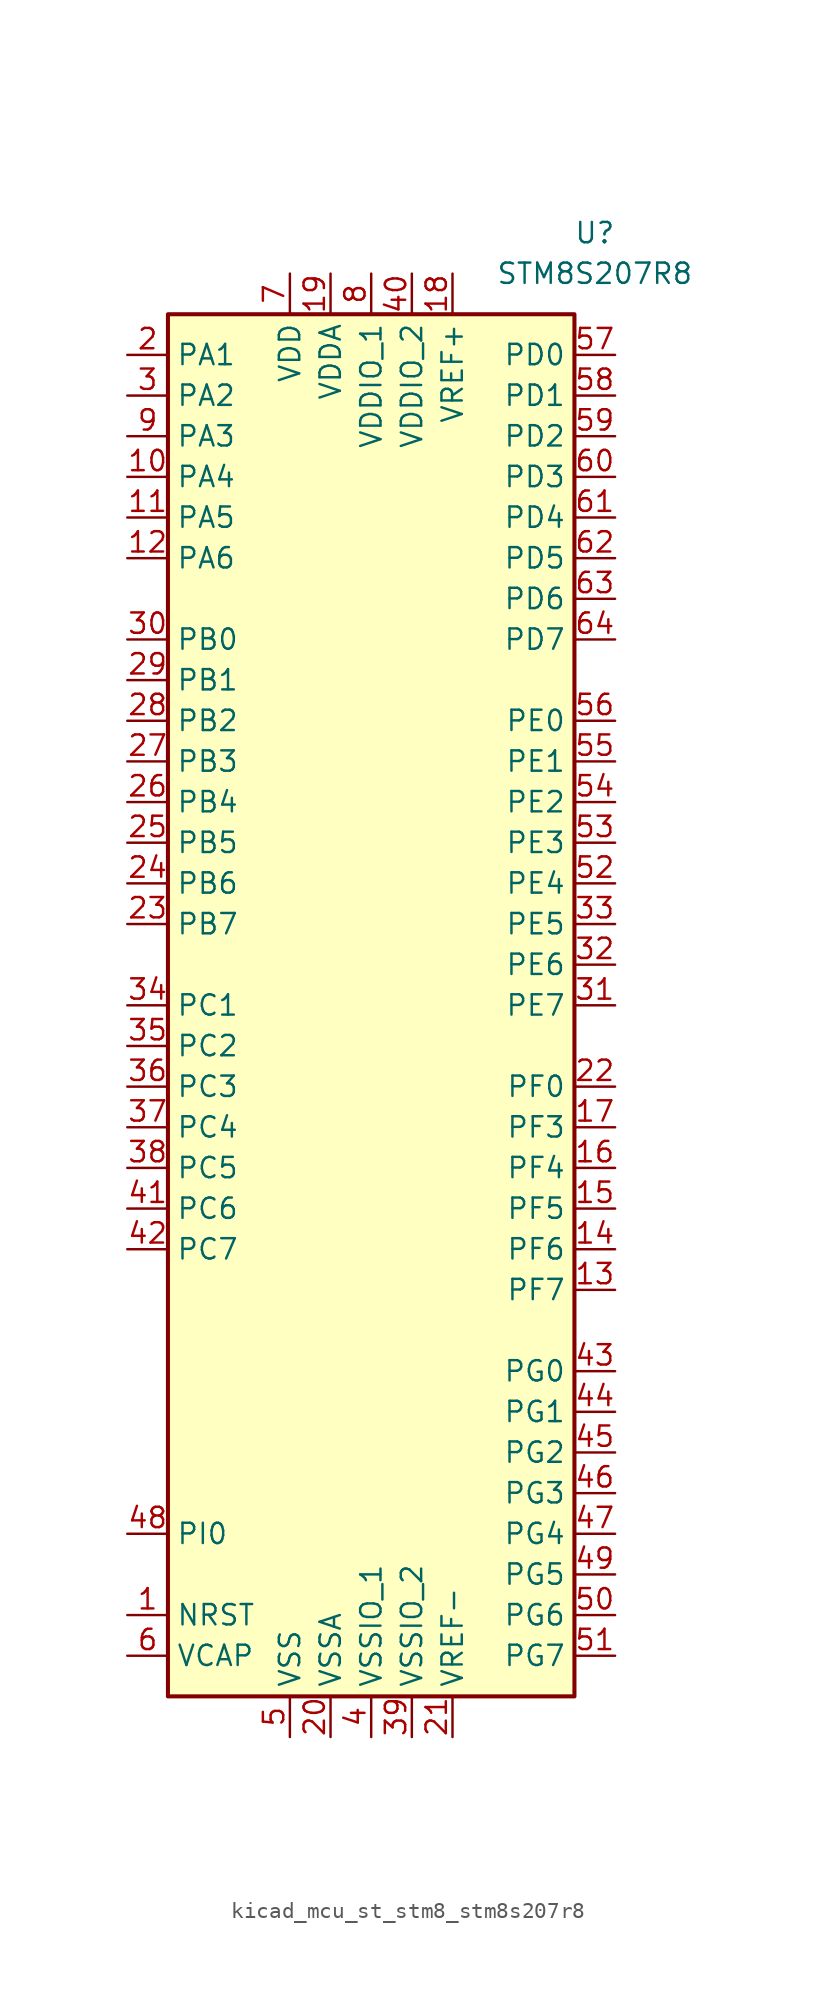
<source format=kicad_sym>
(kicad_symbol_lib
  (version 20220914)
  (generator kicad_symbol_editor)
  (symbol "kicad_mcu_st_stm8_stm8s207r8"
    (property "Reference" "U"
      (at 13.97 48.26 0)
      (effects (font (size 1.27 1.27))))
    (property "Value" "STM8S207R8"
      (at 13.97 45.72 0)
      (effects (font (size 1.27 1.27))))
    (symbol "kicad_mcu_st_stm8_stm8s207r8_0_1"
      (rectangle (start 12.7 43.18) (end -12.7 -43.18) (stroke (width 0.254) (type default)) (fill (type background))))
    (symbol "kicad_mcu_st_stm8_stm8s207r8_1_1"
      (pin input line (at -15.24 -38.1 0) (length 2.54) (name "NRST" (effects (font (size 1.27 1.27)))) (number "1" (effects (font (size 1.27 1.27)))))
      (pin bidirectional line (at -15.24 33.02 0) (length 2.54) (name "PA4" (effects (font (size 1.27 1.27)))) (number "10" (effects (font (size 1.27 1.27)))))
      (pin bidirectional line (at -15.24 30.48 0) (length 2.54) (name "PA5" (effects (font (size 1.27 1.27)))) (number "11" (effects (font (size 1.27 1.27)))))
      (pin bidirectional line (at -15.24 27.94 0) (length 2.54) (name "PA6" (effects (font (size 1.27 1.27)))) (number "12" (effects (font (size 1.27 1.27)))))
      (pin bidirectional line (at 15.24 -17.78 180) (length 2.54) (name "PF7" (effects (font (size 1.27 1.27)))) (number "13" (effects (font (size 1.27 1.27)))))
      (pin bidirectional line (at 15.24 -15.24 180) (length 2.54) (name "PF6" (effects (font (size 1.27 1.27)))) (number "14" (effects (font (size 1.27 1.27)))))
      (pin bidirectional line (at 15.24 -12.7 180) (length 2.54) (name "PF5" (effects (font (size 1.27 1.27)))) (number "15" (effects (font (size 1.27 1.27)))))
      (pin bidirectional line (at 15.24 -10.16 180) (length 2.54) (name "PF4" (effects (font (size 1.27 1.27)))) (number "16" (effects (font (size 1.27 1.27)))))
      (pin bidirectional line (at 15.24 -7.62 180) (length 2.54) (name "PF3" (effects (font (size 1.27 1.27)))) (number "17" (effects (font (size 1.27 1.27)))))
      (pin power_in line (at 5.08 45.72 270) (length 2.54) (name "VREF+" (effects (font (size 1.27 1.27)))) (number "18" (effects (font (size 1.27 1.27)))))
      (pin power_in line (at -2.54 45.72 270) (length 2.54) (name "VDDA" (effects (font (size 1.27 1.27)))) (number "19" (effects (font (size 1.27 1.27)))))
      (pin bidirectional line (at -15.24 40.64 0) (length 2.54) (name "PA1" (effects (font (size 1.27 1.27)))) (number "2" (effects (font (size 1.27 1.27)))))
      (pin power_in line (at -2.54 -45.72 90) (length 2.54) (name "VSSA" (effects (font (size 1.27 1.27)))) (number "20" (effects (font (size 1.27 1.27)))))
      (pin power_in line (at 5.08 -45.72 90) (length 2.54) (name "VREF-" (effects (font (size 1.27 1.27)))) (number "21" (effects (font (size 1.27 1.27)))))
      (pin bidirectional line (at 15.24 -5.08 180) (length 2.54) (name "PF0" (effects (font (size 1.27 1.27)))) (number "22" (effects (font (size 1.27 1.27)))))
      (pin bidirectional line (at -15.24 5.08 0) (length 2.54) (name "PB7" (effects (font (size 1.27 1.27)))) (number "23" (effects (font (size 1.27 1.27)))))
      (pin bidirectional line (at -15.24 7.62 0) (length 2.54) (name "PB6" (effects (font (size 1.27 1.27)))) (number "24" (effects (font (size 1.27 1.27)))))
      (pin bidirectional line (at -15.24 10.16 0) (length 2.54) (name "PB5" (effects (font (size 1.27 1.27)))) (number "25" (effects (font (size 1.27 1.27)))))
      (pin bidirectional line (at -15.24 12.7 0) (length 2.54) (name "PB4" (effects (font (size 1.27 1.27)))) (number "26" (effects (font (size 1.27 1.27)))))
      (pin bidirectional line (at -15.24 15.24 0) (length 2.54) (name "PB3" (effects (font (size 1.27 1.27)))) (number "27" (effects (font (size 1.27 1.27)))))
      (pin bidirectional line (at -15.24 17.78 0) (length 2.54) (name "PB2" (effects (font (size 1.27 1.27)))) (number "28" (effects (font (size 1.27 1.27)))))
      (pin bidirectional line (at -15.24 20.32 0) (length 2.54) (name "PB1" (effects (font (size 1.27 1.27)))) (number "29" (effects (font (size 1.27 1.27)))))
      (pin bidirectional line (at -15.24 38.1 0) (length 2.54) (name "PA2" (effects (font (size 1.27 1.27)))) (number "3" (effects (font (size 1.27 1.27)))))
      (pin bidirectional line (at -15.24 22.86 0) (length 2.54) (name "PB0" (effects (font (size 1.27 1.27)))) (number "30" (effects (font (size 1.27 1.27)))))
      (pin bidirectional line (at 15.24 0 180) (length 2.54) (name "PE7" (effects (font (size 1.27 1.27)))) (number "31" (effects (font (size 1.27 1.27)))))
      (pin bidirectional line (at 15.24 2.54 180) (length 2.54) (name "PE6" (effects (font (size 1.27 1.27)))) (number "32" (effects (font (size 1.27 1.27)))))
      (pin bidirectional line (at 15.24 5.08 180) (length 2.54) (name "PE5" (effects (font (size 1.27 1.27)))) (number "33" (effects (font (size 1.27 1.27)))))
      (pin bidirectional line (at -15.24 0 0) (length 2.54) (name "PC1" (effects (font (size 1.27 1.27)))) (number "34" (effects (font (size 1.27 1.27)))))
      (pin bidirectional line (at -15.24 -2.54 0) (length 2.54) (name "PC2" (effects (font (size 1.27 1.27)))) (number "35" (effects (font (size 1.27 1.27)))))
      (pin bidirectional line (at -15.24 -5.08 0) (length 2.54) (name "PC3" (effects (font (size 1.27 1.27)))) (number "36" (effects (font (size 1.27 1.27)))))
      (pin bidirectional line (at -15.24 -7.62 0) (length 2.54) (name "PC4" (effects (font (size 1.27 1.27)))) (number "37" (effects (font (size 1.27 1.27)))))
      (pin bidirectional line (at -15.24 -10.16 0) (length 2.54) (name "PC5" (effects (font (size 1.27 1.27)))) (number "38" (effects (font (size 1.27 1.27)))))
      (pin power_in line (at 2.54 -45.72 90) (length 2.54) (name "VSSIO_2" (effects (font (size 1.27 1.27)))) (number "39" (effects (font (size 1.27 1.27)))))
      (pin power_in line (at 0 -45.72 90) (length 2.54) (name "VSSIO_1" (effects (font (size 1.27 1.27)))) (number "4" (effects (font (size 1.27 1.27)))))
      (pin power_in line (at 2.54 45.72 270) (length 2.54) (name "VDDIO_2" (effects (font (size 1.27 1.27)))) (number "40" (effects (font (size 1.27 1.27)))))
      (pin bidirectional line (at -15.24 -12.7 0) (length 2.54) (name "PC6" (effects (font (size 1.27 1.27)))) (number "41" (effects (font (size 1.27 1.27)))))
      (pin bidirectional line (at -15.24 -15.24 0) (length 2.54) (name "PC7" (effects (font (size 1.27 1.27)))) (number "42" (effects (font (size 1.27 1.27)))))
      (pin bidirectional line (at 15.24 -22.86 180) (length 2.54) (name "PG0" (effects (font (size 1.27 1.27)))) (number "43" (effects (font (size 1.27 1.27)))))
      (pin bidirectional line (at 15.24 -25.4 180) (length 2.54) (name "PG1" (effects (font (size 1.27 1.27)))) (number "44" (effects (font (size 1.27 1.27)))))
      (pin bidirectional line (at 15.24 -27.94 180) (length 2.54) (name "PG2" (effects (font (size 1.27 1.27)))) (number "45" (effects (font (size 1.27 1.27)))))
      (pin bidirectional line (at 15.24 -30.48 180) (length 2.54) (name "PG3" (effects (font (size 1.27 1.27)))) (number "46" (effects (font (size 1.27 1.27)))))
      (pin bidirectional line (at 15.24 -33.02 180) (length 2.54) (name "PG4" (effects (font (size 1.27 1.27)))) (number "47" (effects (font (size 1.27 1.27)))))
      (pin bidirectional line (at -15.24 -33.02 0) (length 2.54) (name "PI0" (effects (font (size 1.27 1.27)))) (number "48" (effects (font (size 1.27 1.27)))))
      (pin bidirectional line (at 15.24 -35.56 180) (length 2.54) (name "PG5" (effects (font (size 1.27 1.27)))) (number "49" (effects (font (size 1.27 1.27)))))
      (pin power_in line (at -5.08 -45.72 90) (length 2.54) (name "VSS" (effects (font (size 1.27 1.27)))) (number "5" (effects (font (size 1.27 1.27)))))
      (pin bidirectional line (at 15.24 -38.1 180) (length 2.54) (name "PG6" (effects (font (size 1.27 1.27)))) (number "50" (effects (font (size 1.27 1.27)))))
      (pin bidirectional line (at 15.24 -40.64 180) (length 2.54) (name "PG7" (effects (font (size 1.27 1.27)))) (number "51" (effects (font (size 1.27 1.27)))))
      (pin bidirectional line (at 15.24 7.62 180) (length 2.54) (name "PE4" (effects (font (size 1.27 1.27)))) (number "52" (effects (font (size 1.27 1.27)))))
      (pin bidirectional line (at 15.24 10.16 180) (length 2.54) (name "PE3" (effects (font (size 1.27 1.27)))) (number "53" (effects (font (size 1.27 1.27)))))
      (pin bidirectional line (at 15.24 12.7 180) (length 2.54) (name "PE2" (effects (font (size 1.27 1.27)))) (number "54" (effects (font (size 1.27 1.27)))))
      (pin bidirectional line (at 15.24 15.24 180) (length 2.54) (name "PE1" (effects (font (size 1.27 1.27)))) (number "55" (effects (font (size 1.27 1.27)))))
      (pin bidirectional line (at 15.24 17.78 180) (length 2.54) (name "PE0" (effects (font (size 1.27 1.27)))) (number "56" (effects (font (size 1.27 1.27)))))
      (pin bidirectional line (at 15.24 40.64 180) (length 2.54) (name "PD0" (effects (font (size 1.27 1.27)))) (number "57" (effects (font (size 1.27 1.27)))))
      (pin bidirectional line (at 15.24 38.1 180) (length 2.54) (name "PD1" (effects (font (size 1.27 1.27)))) (number "58" (effects (font (size 1.27 1.27)))))
      (pin bidirectional line (at 15.24 35.56 180) (length 2.54) (name "PD2" (effects (font (size 1.27 1.27)))) (number "59" (effects (font (size 1.27 1.27)))))
      (pin input line (at -15.24 -40.64 0) (length 2.54) (name "VCAP" (effects (font (size 1.27 1.27)))) (number "6" (effects (font (size 1.27 1.27)))))
      (pin bidirectional line (at 15.24 33.02 180) (length 2.54) (name "PD3" (effects (font (size 1.27 1.27)))) (number "60" (effects (font (size 1.27 1.27)))))
      (pin bidirectional line (at 15.24 30.48 180) (length 2.54) (name "PD4" (effects (font (size 1.27 1.27)))) (number "61" (effects (font (size 1.27 1.27)))))
      (pin bidirectional line (at 15.24 27.94 180) (length 2.54) (name "PD5" (effects (font (size 1.27 1.27)))) (number "62" (effects (font (size 1.27 1.27)))))
      (pin bidirectional line (at 15.24 25.4 180) (length 2.54) (name "PD6" (effects (font (size 1.27 1.27)))) (number "63" (effects (font (size 1.27 1.27)))))
      (pin bidirectional line (at 15.24 22.86 180) (length 2.54) (name "PD7" (effects (font (size 1.27 1.27)))) (number "64" (effects (font (size 1.27 1.27)))))
      (pin power_in line (at -5.08 45.72 270) (length 2.54) (name "VDD" (effects (font (size 1.27 1.27)))) (number "7" (effects (font (size 1.27 1.27)))))
      (pin power_in line (at 0 45.72 270) (length 2.54) (name "VDDIO_1" (effects (font (size 1.27 1.27)))) (number "8" (effects (font (size 1.27 1.27)))))
      (pin bidirectional line (at -15.24 35.56 0) (length 2.54) (name "PA3" (effects (font (size 1.27 1.27)))) (number "9" (effects (font (size 1.27 1.27))))))))
</source>
